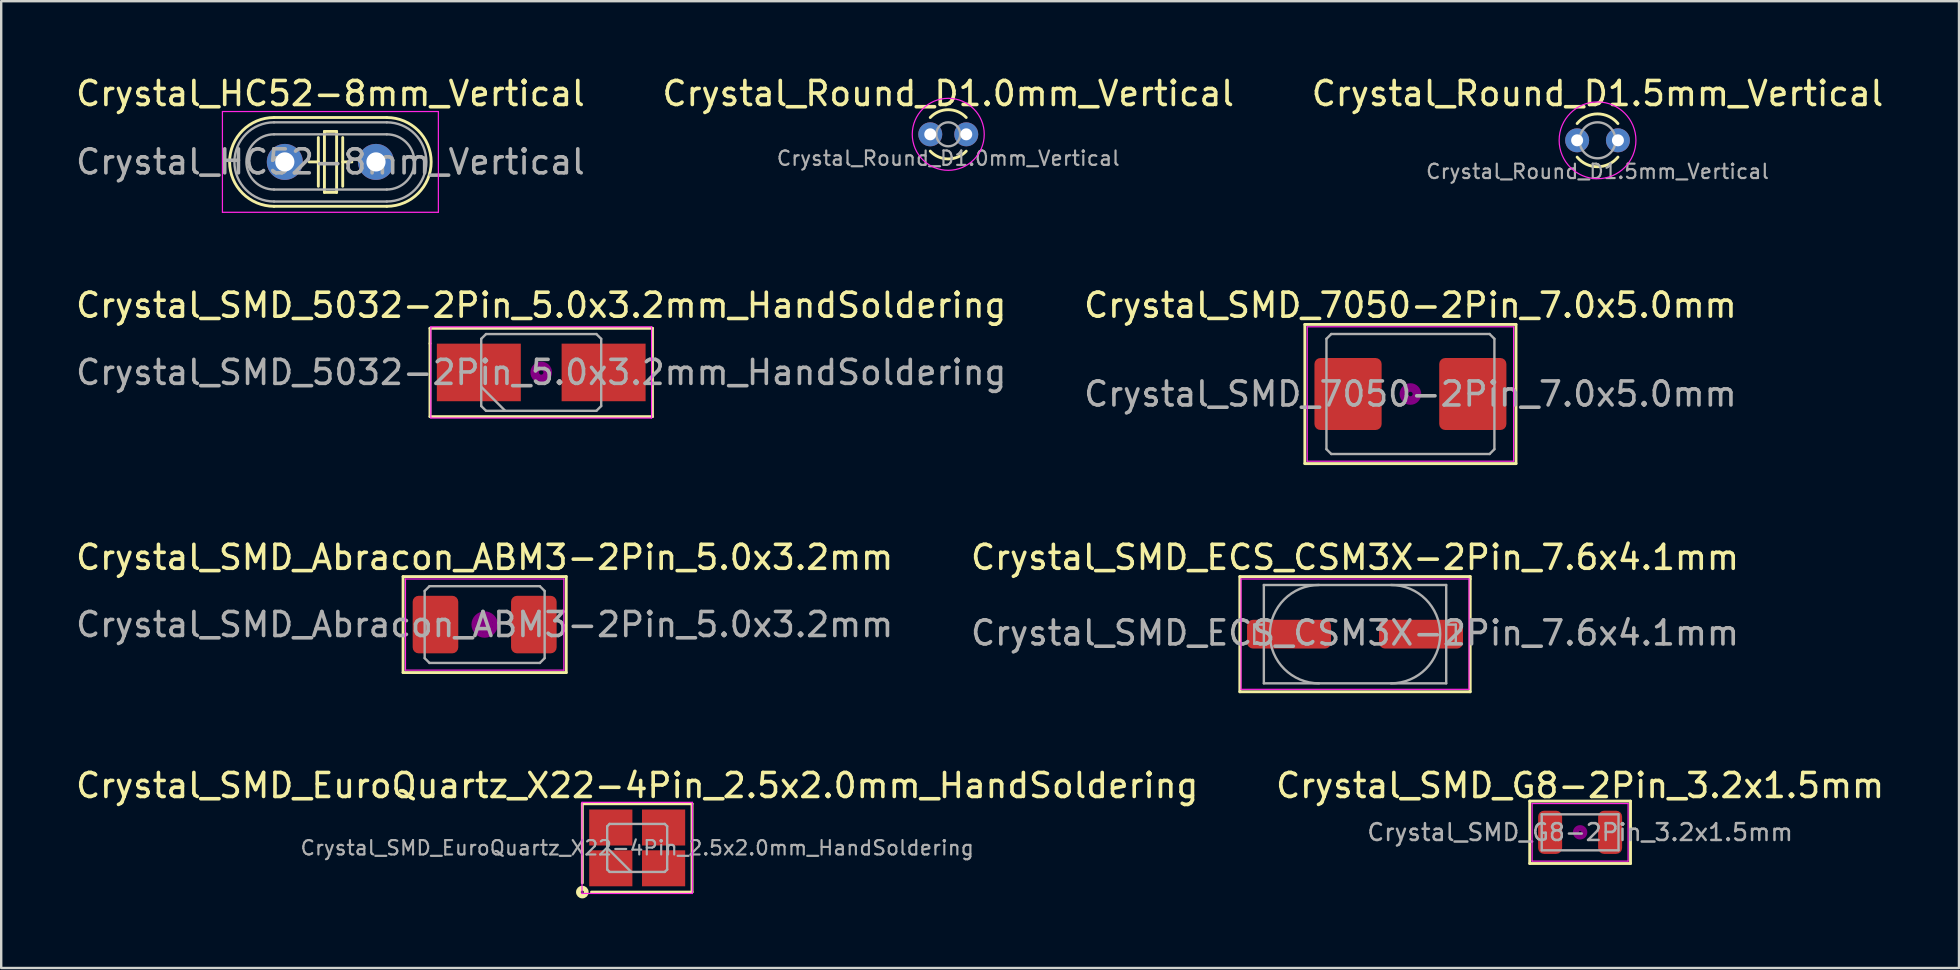
<source format=kicad_pcb>
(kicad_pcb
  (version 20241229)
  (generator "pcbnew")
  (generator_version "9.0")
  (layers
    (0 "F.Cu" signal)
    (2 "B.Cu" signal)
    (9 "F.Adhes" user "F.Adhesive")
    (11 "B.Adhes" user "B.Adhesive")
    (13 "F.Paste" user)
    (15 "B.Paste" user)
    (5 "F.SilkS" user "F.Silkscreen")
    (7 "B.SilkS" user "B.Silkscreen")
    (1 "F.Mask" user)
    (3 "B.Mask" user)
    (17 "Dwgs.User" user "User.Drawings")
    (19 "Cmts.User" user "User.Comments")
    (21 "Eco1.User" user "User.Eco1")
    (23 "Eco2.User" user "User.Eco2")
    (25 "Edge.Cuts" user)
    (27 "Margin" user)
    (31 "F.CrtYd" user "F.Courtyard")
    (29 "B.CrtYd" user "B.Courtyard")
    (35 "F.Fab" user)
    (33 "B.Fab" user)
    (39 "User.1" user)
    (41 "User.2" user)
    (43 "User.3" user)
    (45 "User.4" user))
  (footprint "Crystal_SMD_ECS_CSM3X-2Pin_7.6x4.1mm"
    (layer "F.Cu")
    (at 53.423 23.38)
    (property "Reference" "Crystal_SMD_ECS_CSM3X-2Pin_7.6x4.1mm" (at 0 -3.2 0) (layer "F.SilkS") (effects (font (size 1 1) (thickness 0.15))))
    (attr smd)
    (fp_line (start -4.8 -2.4) (end -4.8 2.4) (stroke (width 0.12) (type solid)) (layer "F.SilkS"))
    (fp_line (start -4.8 2.4) (end 4.8 2.4) (stroke (width 0.12) (type solid)) (layer "F.SilkS"))
    (fp_line (start 4.8 -2.4) (end -4.8 -2.4) (stroke (width 0.12) (type solid)) (layer "F.SilkS"))
    (fp_line (start 4.8 -2.3) (end 4.8 -2.4) (stroke (width 0.12) (type solid)) (layer "F.SilkS"))
    (fp_line (start 4.8 2.4) (end 4.8 -2.3) (stroke (width 0.12) (type solid)) (layer "F.SilkS"))
    (fp_line (start -4.75 -2.3) (end -4.75 2.3) (stroke (width 0.05) (type solid)) (layer "F.CrtYd"))
    (fp_line (start -4.75 -2.3) (end 4.75 -2.3) (stroke (width 0.05) (type solid)) (layer "F.CrtYd"))
    (fp_line (start -4.75 2.3) (end 4.75 2.3) (stroke (width 0.05) (type solid)) (layer "F.CrtYd"))
    (fp_line (start 4.75 -2.3) (end 4.75 2.3) (stroke (width 0.05) (type solid)) (layer "F.CrtYd"))
    (fp_line (start -4.2 -0.4) (end -4.2 0.4) (stroke (width 0.1) (type solid)) (layer "F.Fab"))
    (fp_line (start -4.2 0.4) (end -3.8 0.4) (stroke (width 0.1) (type solid)) (layer "F.Fab"))
    (fp_line (start -3.8 -2.05) (end 3.8 -2.05) (stroke (width 0.1) (type solid)) (layer "F.Fab"))
    (fp_line (start -3.8 -0.4) (end -4.2 -0.4) (stroke (width 0.1) (type solid)) (layer "F.Fab"))
    (fp_line (start -3.8 2.05) (end -3.8 -2.05) (stroke (width 0.1) (type solid)) (layer "F.Fab"))
    (fp_line (start 3.8 -2.05) (end 3.8 2.05) (stroke (width 0.1) (type solid)) (layer "F.Fab"))
    (fp_line (start 3.8 0.4) (end 4.2 0.4) (stroke (width 0.1) (type solid)) (layer "F.Fab"))
    (fp_line (start 3.8 2.05) (end -3.8 2.05) (stroke (width 0.1) (type solid)) (layer "F.Fab"))
    (fp_line (start 4.2 -0.4) (end 3.8 -0.4) (stroke (width 0.1) (type solid)) (layer "F.Fab"))
    (fp_line (start 4.2 0.4) (end 4.2 -0.4) (stroke (width 0.1) (type solid)) (layer "F.Fab"))
    (fp_arc (start -1.5 2.05) (mid -3.55 0) (end -1.5 -2.05) (stroke (width 0.1) (type solid)) (layer "F.Fab"))
    (fp_arc (start 1.5 -2.05) (mid 3.55 0) (end 1.5 2.05) (stroke (width 0.1) (type solid)) (layer "F.Fab"))
    (fp_text user "${REFERENCE}" (at 0 -0.05 0) (layer "F.Fab") (effects (font (size 1 1) (thickness 0.15))))
    (pad "1" smd roundrect (at -2.75 0) (size 3.5 1.2) (layers "F.Cu" "F.Mask" "F.Paste") (roundrect_rratio 0.208))
    (pad "2" smd roundrect (at 2.75 0) (size 3.5 1.2) (layers "F.Cu" "F.Mask" "F.Paste") (roundrect_rratio 0.208)))
  (footprint "Crystal_SMD_Abracon_ABM3-2Pin_5.0x3.2mm"
    (layer "F.Cu")
    (at 17.149 22.98)
    (property "Reference" "Crystal_SMD_Abracon_ABM3-2Pin_5.0x3.2mm" (at 0 -2.8 0) (layer "F.SilkS") (effects (font (size 1 1) (thickness 0.15))))
    (attr smd)
    (fp_line (start -3.4 -2) (end -3.4 2) (stroke (width 0.12) (type solid)) (layer "F.SilkS"))
    (fp_line (start -3.4 2) (end 3.4 2) (stroke (width 0.12) (type solid)) (layer "F.SilkS"))
    (fp_line (start 3.4 -2) (end -3.4 -2) (stroke (width 0.12) (type solid)) (layer "F.SilkS"))
    (fp_line (start 3.4 2) (end 3.4 -2) (stroke (width 0.12) (type solid)) (layer "F.SilkS"))
    (fp_circle (center 0 0) (end 0.117 0) (stroke (width 0.233) (type solid)) (fill no) (layer "F.Adhes"))
    (fp_circle (center 0 0) (end 0.267 0) (stroke (width 0.167) (type solid)) (fill no) (layer "F.Adhes"))
    (fp_circle (center 0 0) (end 0.417 0) (stroke (width 0.167) (type solid)) (fill no) (layer "F.Adhes"))
    (fp_circle (center 0 0) (end 0.5 0) (stroke (width 0.1) (type solid)) (fill no) (layer "F.Adhes"))
    (fp_line (start -3.3 -1.9) (end -3.3 1.9) (stroke (width 0.05) (type solid)) (layer "F.CrtYd"))
    (fp_line (start -3.3 1.9) (end 3.3 1.9) (stroke (width 0.05) (type solid)) (layer "F.CrtYd"))
    (fp_line (start 3.3 -1.9) (end -3.3 -1.9) (stroke (width 0.05) (type solid)) (layer "F.CrtYd"))
    (fp_line (start 3.3 1.9) (end 3.3 -1.9) (stroke (width 0.05) (type solid)) (layer "F.CrtYd"))
    (fp_line (start -2.5 -1.4) (end -2.3 -1.6) (stroke (width 0.1) (type solid)) (layer "F.Fab"))
    (fp_line (start -2.5 1.4) (end -2.5 -1.4) (stroke (width 0.1) (type solid)) (layer "F.Fab"))
    (fp_line (start -2.3 -1.6) (end 2.3 -1.6) (stroke (width 0.1) (type solid)) (layer "F.Fab"))
    (fp_line (start -2.3 1.6) (end -2.5 1.4) (stroke (width 0.1) (type solid)) (layer "F.Fab"))
    (fp_line (start 2.3 -1.6) (end 2.5 -1.4) (stroke (width 0.1) (type solid)) (layer "F.Fab"))
    (fp_line (start 2.3 1.6) (end -2.3 1.6) (stroke (width 0.1) (type solid)) (layer "F.Fab"))
    (fp_line (start 2.5 -1.4) (end 2.5 1.4) (stroke (width 0.1) (type solid)) (layer "F.Fab"))
    (fp_line (start 2.5 1.4) (end 2.3 1.6) (stroke (width 0.1) (type solid)) (layer "F.Fab"))
    (fp_text user "${REFERENCE}" (at 0 0 0) (layer "F.Fab") (effects (font (size 1 1) (thickness 0.15))))
    (pad "1" smd roundrect (at -2.05 0) (size 1.9 2.4) (layers "F.Cu" "F.Mask" "F.Paste") (roundrect_rratio 0.132))
    (pad "2" smd roundrect (at 2.05 0) (size 1.9 2.4) (layers "F.Cu" "F.Mask" "F.Paste") (roundrect_rratio 0.132)))
  (footprint "Crystal_Round_D1.0mm_Vertical"
    (layer "F.Cu")
    (at 35.72 2.548)
    (property "Reference" "Crystal_Round_D1.0mm_Vertical" (at 0.75 -1.7 0) (layer "F.SilkS") (effects (font (size 1 1) (thickness 0.15))))
    (attr through_hole)
    (fp_arc (start 0 -0.7) (mid 0.749553 -1.025914) (end 1.49939 -0.700653) (stroke (width 0.12) (type solid)) (layer "F.SilkS"))
    (fp_arc (start 1.49939 0.700653) (mid 0.749553 1.025914) (end 0 0.7) (stroke (width 0.12) (type solid)) (layer "F.SilkS"))
    (fp_circle (center 0.75 0) (end 2.25 0) (stroke (width 0.05) (type solid)) (fill no) (layer "F.CrtYd"))
    (fp_circle (center 0.75 0) (end 1.25 0) (stroke (width 0.1) (type solid)) (fill no) (layer "F.Fab"))
    (fp_text user "${REFERENCE}" (at 0.75 1 0) (layer "F.Fab") (effects (font (size 0.6 0.6) (thickness 0.09))))
    (pad "1" thru_hole circle (at 0 0) (size 1 1) (drill 0.5) (layers "*.Cu" "*.Mask"))
    (pad "2" thru_hole circle (at 1.5 0) (size 1 1) (drill 0.5) (layers "*.Cu" "*.Mask")))
  (footprint "Crystal_Round_D1.5mm_Vertical"
    (layer "F.Cu")
    (at 62.68 2.798)
    (property "Reference" "Crystal_Round_D1.5mm_Vertical" (at 0.85 -1.95 0) (layer "F.SilkS") (effects (font (size 1 1) (thickness 0.15))))
    (attr through_hole)
    (fp_arc (start 0 -0.7) (mid 0.850432 -1.101136) (end 1.700549 -0.699333) (stroke (width 0.12) (type solid)) (layer "F.SilkS"))
    (fp_arc (start 1.700549 0.699333) (mid 0.850432 1.101136) (end 0 0.7) (stroke (width 0.12) (type solid)) (layer "F.SilkS"))
    (fp_circle (center 0.85 0) (end 2.45 0) (stroke (width 0.05) (type solid)) (fill no) (layer "F.CrtYd"))
    (fp_circle (center 0.85 0) (end 1.6 0) (stroke (width 0.1) (type solid)) (fill no) (layer "F.Fab"))
    (fp_text user "${REFERENCE}" (at 0.85 1.3 0) (layer "F.Fab") (effects (font (size 0.6 0.6) (thickness 0.09))))
    (pad "1" thru_hole circle (at 0 0) (size 1 1) (drill 0.5) (layers "*.Cu" "*.Mask"))
    (pad "2" thru_hole circle (at 1.7 0) (size 1 1) (drill 0.5) (layers "*.Cu" "*.Mask")))
  (footprint "Crystal_HC52-8mm_Vertical"
    (layer "F.Cu")
    (at 8.82 3.698)
    (property "Reference" "Crystal_HC52-8mm_Vertical" (at 1.9 -2.85 0) (layer "F.SilkS") (effects (font (size 1 1) (thickness 0.15))))
    (attr through_hole)
    (fp_line (start -0.45 -1.85) (end 4.25 -1.85) (stroke (width 0.12) (type solid)) (layer "F.SilkS"))
    (fp_line (start -0.45 1.85) (end 4.25 1.85) (stroke (width 0.12) (type solid)) (layer "F.SilkS"))
    (fp_line (start 1.016 0) (end 1.397 0) (stroke (width 0.12) (type solid)) (layer "F.SilkS"))
    (fp_line (start 1.397 0) (end 1.397 -1.016) (stroke (width 0.12) (type solid)) (layer "F.SilkS"))
    (fp_line (start 1.397 0) (end 1.397 1.016) (stroke (width 0.12) (type solid)) (layer "F.SilkS"))
    (fp_line (start 1.651 -1.27) (end 1.651 1.27) (stroke (width 0.12) (type solid)) (layer "F.SilkS"))
    (fp_line (start 1.651 1.27) (end 2.159 1.27) (stroke (width 0.12) (type solid)) (layer "F.SilkS"))
    (fp_line (start 2.159 -1.27) (end 1.651 -1.27) (stroke (width 0.12) (type solid)) (layer "F.SilkS"))
    (fp_line (start 2.159 1.27) (end 2.159 -1.27) (stroke (width 0.12) (type solid)) (layer "F.SilkS"))
    (fp_line (start 2.413 -1.016) (end 2.413 1.016) (stroke (width 0.12) (type solid)) (layer "F.SilkS"))
    (fp_line (start 2.413 0) (end 2.794 0) (stroke (width 0.12) (type solid)) (layer "F.SilkS"))
    (fp_arc (start -0.45 1.85) (mid -2.3 0) (end -0.45 -1.85) (stroke (width 0.12) (type solid)) (layer "F.SilkS"))
    (fp_arc (start 4.25 -1.85) (mid 6.1 0) (end 4.25 1.85) (stroke (width 0.12) (type solid)) (layer "F.SilkS"))
    (fp_line (start -2.6 -2.1) (end -2.6 2.1) (stroke (width 0.05) (type solid)) (layer "F.CrtYd"))
    (fp_line (start -2.6 2.1) (end 6.4 2.1) (stroke (width 0.05) (type solid)) (layer "F.CrtYd"))
    (fp_line (start 6.4 -2.1) (end -2.6 -2.1) (stroke (width 0.05) (type solid)) (layer "F.CrtYd"))
    (fp_line (start 6.4 2.1) (end 6.4 -2.1) (stroke (width 0.05) (type solid)) (layer "F.CrtYd"))
    (fp_line (start -0.45 -1.65) (end 4.25 -1.65) (stroke (width 0.1) (type solid)) (layer "F.Fab"))
    (fp_line (start -0.45 -1.15) (end 4.25 -1.15) (stroke (width 0.1) (type solid)) (layer "F.Fab"))
    (fp_line (start -0.45 1.15) (end 4.25 1.15) (stroke (width 0.1) (type solid)) (layer "F.Fab"))
    (fp_line (start -0.45 1.65) (end 4.25 1.65) (stroke (width 0.1) (type solid)) (layer "F.Fab"))
    (fp_arc (start -0.45 1.15) (mid -1.6 0) (end -0.45 -1.15) (stroke (width 0.1) (type solid)) (layer "F.Fab"))
    (fp_arc (start -0.45 1.65) (mid -2.1 0) (end -0.45 -1.65) (stroke (width 0.1) (type solid)) (layer "F.Fab"))
    (fp_arc (start 4.25 -1.65) (mid 5.9 0) (end 4.25 1.65) (stroke (width 0.1) (type solid)) (layer "F.Fab"))
    (fp_arc (start 4.25 -1.15) (mid 5.4 0) (end 4.25 1.15) (stroke (width 0.1) (type solid)) (layer "F.Fab"))
    (fp_text user "${REFERENCE}" (at 1.9 0 0) (layer "F.Fab") (effects (font (size 1 1) (thickness 0.15))))
    (pad "1" thru_hole circle (at 0 0) (size 1.5 1.5) (drill 0.8) (layers "*.Cu" "*.Mask"))
    (pad "2" thru_hole circle (at 3.8 0) (size 1.5 1.5) (drill 0.8) (layers "*.Cu" "*.Mask")))
  (footprint "Crystal_SMD_5032-2Pin_5.0x3.2mm_HandSoldering"
    (layer "F.Cu")
    (at 19.506 12.472)
    (property "Reference" "Crystal_SMD_5032-2Pin_5.0x3.2mm_HandSoldering" (at 0 -2.8 0) (layer "F.SilkS") (effects (font (size 1 1) (thickness 0.15))))
    (attr smd)
    (fp_line (start -4.636 -1.841) (end -4.636 -1.206) (stroke (width 0.12) (type solid)) (layer "F.SilkS"))
    (fp_line (start -4.636 -1.206) (end -4.636 1.841) (stroke (width 0.12) (type solid)) (layer "F.SilkS"))
    (fp_line (start -4.636 1.841) (end 4.636 1.841) (stroke (width 0.12) (type solid)) (layer "F.SilkS"))
    (fp_line (start 4.636 -1.841) (end -4.636 -1.841) (stroke (width 0.12) (type solid)) (layer "F.SilkS"))
    (fp_line (start 4.636 1.841) (end 4.636 -1.841) (stroke (width 0.12) (type solid)) (layer "F.SilkS"))
    (fp_circle (center 0 0) (end 0.093 0) (stroke (width 0.187) (type solid)) (fill no) (layer "F.Adhes"))
    (fp_circle (center 0 0) (end 0.213 0) (stroke (width 0.133) (type solid)) (fill no) (layer "F.Adhes"))
    (fp_circle (center 0 0) (end 0.333 0) (stroke (width 0.133) (type solid)) (fill no) (layer "F.Adhes"))
    (fp_circle (center 0 0) (end 0.4 0) (stroke (width 0.1) (type solid)) (fill no) (layer "F.Adhes"))
    (fp_line (start -4.6 -1.9) (end -4.6 1.9) (stroke (width 0.05) (type solid)) (layer "F.CrtYd"))
    (fp_line (start -4.6 1.9) (end 4.6 1.9) (stroke (width 0.05) (type solid)) (layer "F.CrtYd"))
    (fp_line (start 4.6 -1.9) (end -4.6 -1.9) (stroke (width 0.05) (type solid)) (layer "F.CrtYd"))
    (fp_line (start 4.6 1.9) (end 4.6 -1.9) (stroke (width 0.05) (type solid)) (layer "F.CrtYd"))
    (fp_line (start -2.5 -1.4) (end -2.3 -1.6) (stroke (width 0.1) (type solid)) (layer "F.Fab"))
    (fp_line (start -2.5 0.6) (end -1.5 1.6) (stroke (width 0.1) (type solid)) (layer "F.Fab"))
    (fp_line (start -2.5 1.4) (end -2.5 -1.4) (stroke (width 0.1) (type solid)) (layer "F.Fab"))
    (fp_line (start -2.3 -1.6) (end 2.3 -1.6) (stroke (width 0.1) (type solid)) (layer "F.Fab"))
    (fp_line (start -2.3 1.6) (end -2.5 1.4) (stroke (width 0.1) (type solid)) (layer "F.Fab"))
    (fp_line (start 2.3 -1.6) (end 2.5 -1.4) (stroke (width 0.1) (type solid)) (layer "F.Fab"))
    (fp_line (start 2.3 1.6) (end -2.3 1.6) (stroke (width 0.1) (type solid)) (layer "F.Fab"))
    (fp_line (start 2.5 -1.4) (end 2.5 1.4) (stroke (width 0.1) (type solid)) (layer "F.Fab"))
    (fp_line (start 2.5 1.4) (end 2.3 1.6) (stroke (width 0.1) (type solid)) (layer "F.Fab"))
    (fp_text user "${REFERENCE}" (at 0 0 0) (layer "F.Fab") (effects (font (size 1 1) (thickness 0.15))))
    (pad "1" smd rect (at -2.6 0) (size 3.5 2.4) (layers "F.Cu" "F.Mask" "F.Paste"))
    (pad "2" smd rect (at 2.6 0) (size 3.5 2.4) (layers "F.Cu" "F.Mask" "F.Paste")))
  (footprint "Crystal_SMD_EuroQuartz_X22-4Pin_2.5x2.0mm_HandSoldering"
    (layer "F.Cu")
    (at 23.506 32.288)
    (property "Reference" "Crystal_SMD_EuroQuartz_X22-4Pin_2.5x2.0mm_HandSoldering" (at 0 -2.6 0) (layer "F.SilkS") (effects (font (size 1 1) (thickness 0.15))))
    (attr smd)
    (fp_line (start -2.286 -1.841) (end -2.286 1.46) (stroke (width 0.12) (type solid)) (layer "F.SilkS"))
    (fp_line (start -1.905 1.841) (end 2.286 1.841) (stroke (width 0.12) (type solid)) (layer "F.SilkS"))
    (fp_line (start 2.286 -1.841) (end -2.286 -1.841) (stroke (width 0.12) (type solid)) (layer "F.SilkS"))
    (fp_line (start 2.286 1.841) (end 2.286 -1.841) (stroke (width 0.12) (type solid)) (layer "F.SilkS"))
    (fp_circle (center -2.286 1.841) (end -2.223 1.841) (stroke (width 0.2) (type solid)) (fill no) (layer "F.SilkS"))
    (fp_line (start -2.3 -1.9) (end -2.3 1.9) (stroke (width 0.05) (type solid)) (layer "F.CrtYd"))
    (fp_line (start -2.3 1.9) (end 2.3 1.9) (stroke (width 0.05) (type solid)) (layer "F.CrtYd"))
    (fp_line (start 2.3 -1.9) (end -2.3 -1.9) (stroke (width 0.05) (type solid)) (layer "F.CrtYd"))
    (fp_line (start 2.3 1.9) (end 2.3 -1.9) (stroke (width 0.05) (type solid)) (layer "F.CrtYd"))
    (fp_line (start -1.25 -0.9) (end -1.15 -1) (stroke (width 0.1) (type solid)) (layer "F.Fab"))
    (fp_line (start -1.25 0) (end -0.25 1) (stroke (width 0.1) (type solid)) (layer "F.Fab"))
    (fp_line (start -1.25 0.9) (end -1.25 -0.9) (stroke (width 0.1) (type solid)) (layer "F.Fab"))
    (fp_line (start -1.15 -1) (end 1.15 -1) (stroke (width 0.1) (type solid)) (layer "F.Fab"))
    (fp_line (start -1.15 1) (end -1.25 0.9) (stroke (width 0.1) (type solid)) (layer "F.Fab"))
    (fp_line (start 1.15 -1) (end 1.25 -0.9) (stroke (width 0.1) (type solid)) (layer "F.Fab"))
    (fp_line (start 1.15 1) (end -1.15 1) (stroke (width 0.1) (type solid)) (layer "F.Fab"))
    (fp_line (start 1.25 -0.9) (end 1.25 0.9) (stroke (width 0.1) (type solid)) (layer "F.Fab"))
    (fp_line (start 1.25 0.9) (end 1.15 1) (stroke (width 0.1) (type solid)) (layer "F.Fab"))
    (fp_text user "${REFERENCE}" (at 0 0 0) (layer "F.Fab") (effects (font (size 0.6 0.6) (thickness 0.09))))
    (pad "1" smd rect (at -1.1 0.85) (size 1.8 1.5) (layers "F.Cu" "F.Mask" "F.Paste"))
    (pad "2" smd rect (at 1.1 0.85) (size 1.8 1.5) (layers "F.Cu" "F.Mask" "F.Paste"))
    (pad "3" smd rect (at 1.1 -0.85) (size 1.8 1.5) (layers "F.Cu" "F.Mask" "F.Paste"))
    (pad "4" smd rect (at -1.1 -0.85) (size 1.8 1.5) (layers "F.Cu" "F.Mask" "F.Paste")))
  (footprint "Crystal_SMD_7050-2Pin_7.0x5.0mm"
    (layer "F.Cu")
    (at 55.732 13.371)
    (property "Reference" "Crystal_SMD_7050-2Pin_7.0x5.0mm" (at 0 -3.7 0) (layer "F.SilkS") (effects (font (size 1 1) (thickness 0.15))))
    (attr smd)
    (fp_line (start -4.4 -2.9) (end -4.4 2.9) (stroke (width 0.12) (type solid)) (layer "F.SilkS"))
    (fp_line (start -4.4 2.9) (end 4.4 2.9) (stroke (width 0.12) (type solid)) (layer "F.SilkS"))
    (fp_line (start 4.4 -2.9) (end -4.4 -2.9) (stroke (width 0.12) (type solid)) (layer "F.SilkS"))
    (fp_line (start 4.4 2.9) (end 4.4 -2.9) (stroke (width 0.12) (type solid)) (layer "F.SilkS"))
    (fp_circle (center 0 0) (end 0.093 0) (stroke (width 0.187) (type solid)) (fill no) (layer "F.Adhes"))
    (fp_circle (center 0 0) (end 0.213 0) (stroke (width 0.133) (type solid)) (fill no) (layer "F.Adhes"))
    (fp_circle (center 0 0) (end 0.333 0) (stroke (width 0.133) (type solid)) (fill no) (layer "F.Adhes"))
    (fp_circle (center 0 0) (end 0.4 0) (stroke (width 0.1) (type solid)) (fill no) (layer "F.Adhes"))
    (fp_line (start -4.3 -2.8) (end -4.3 2.8) (stroke (width 0.05) (type solid)) (layer "F.CrtYd"))
    (fp_line (start -4.3 2.8) (end 4.3 2.8) (stroke (width 0.05) (type solid)) (layer "F.CrtYd"))
    (fp_line (start 4.3 -2.8) (end -4.3 -2.8) (stroke (width 0.05) (type solid)) (layer "F.CrtYd"))
    (fp_line (start 4.3 2.8) (end 4.3 -2.8) (stroke (width 0.05) (type solid)) (layer "F.CrtYd"))
    (fp_line (start -3.5 -2.3) (end -3.3 -2.5) (stroke (width 0.1) (type solid)) (layer "F.Fab"))
    (fp_line (start -3.5 2.3) (end -3.5 -2.3) (stroke (width 0.1) (type solid)) (layer "F.Fab"))
    (fp_line (start -3.3 -2.5) (end 3.3 -2.5) (stroke (width 0.1) (type solid)) (layer "F.Fab"))
    (fp_line (start -3.3 2.5) (end -3.5 2.3) (stroke (width 0.1) (type solid)) (layer "F.Fab"))
    (fp_line (start 3.3 -2.5) (end 3.5 -2.3) (stroke (width 0.1) (type solid)) (layer "F.Fab"))
    (fp_line (start 3.3 2.5) (end -3.3 2.5) (stroke (width 0.1) (type solid)) (layer "F.Fab"))
    (fp_line (start 3.5 -2.3) (end 3.5 2.3) (stroke (width 0.1) (type solid)) (layer "F.Fab"))
    (fp_line (start 3.5 2.3) (end 3.3 2.5) (stroke (width 0.1) (type solid)) (layer "F.Fab"))
    (fp_text user "${REFERENCE}" (at 0 0 0) (layer "F.Fab") (effects (font (size 1 1) (thickness 0.15))))
    (pad "1" smd roundrect (at -2.6 0) (size 2.8 3) (layers "F.Cu" "F.Mask" "F.Paste") (roundrect_rratio 0.089))
    (pad "2" smd roundrect (at 2.6 0) (size 2.8 3) (layers "F.Cu" "F.Mask" "F.Paste") (roundrect_rratio 0.089)))
  (footprint "Crystal_SMD_G8-2Pin_3.2x1.5mm"
    (layer "F.Cu")
    (at 62.804 31.638)
    (property "Reference" "Crystal_SMD_G8-2Pin_3.2x1.5mm" (at 0 -1.95 0) (layer "F.SilkS") (effects (font (size 1 1) (thickness 0.15))))
    (attr smd)
    (fp_line (start -2.1 -1.3) (end -2.1 1.3) (stroke (width 0.12) (type solid)) (layer "F.SilkS"))
    (fp_line (start -2.1 1.3) (end 2.1 1.3) (stroke (width 0.12) (type solid)) (layer "F.SilkS"))
    (fp_line (start 2.1 -1.3) (end -2.1 -1.3) (stroke (width 0.12) (type solid)) (layer "F.SilkS"))
    (fp_line (start 2.1 1.3) (end 2.1 -1.3) (stroke (width 0.12) (type solid)) (layer "F.SilkS"))
    (fp_circle (center 0 0) (end 0.058 0) (stroke (width 0.117) (type solid)) (fill no) (layer "F.Adhes"))
    (fp_circle (center 0 0) (end 0.133 0) (stroke (width 0.083) (type solid)) (fill no) (layer "F.Adhes"))
    (fp_circle (center 0 0) (end 0.208 0) (stroke (width 0.083) (type solid)) (fill no) (layer "F.Adhes"))
    (fp_circle (center 0 0) (end 0.25 0) (stroke (width 0.1) (type solid)) (fill no) (layer "F.Adhes"))
    (fp_line (start -2 -1.2) (end -2 1.2) (stroke (width 0.05) (type solid)) (layer "F.CrtYd"))
    (fp_line (start -2 1.2) (end 2 1.2) (stroke (width 0.05) (type solid)) (layer "F.CrtYd"))
    (fp_line (start 2 -1.2) (end -2 -1.2) (stroke (width 0.05) (type solid)) (layer "F.CrtYd"))
    (fp_line (start 2 1.2) (end 2 -1.2) (stroke (width 0.05) (type solid)) (layer "F.CrtYd"))
    (fp_line (start -1.6 -0.75) (end -1.6 0.75) (stroke (width 0.1) (type solid)) (layer "F.Fab"))
    (fp_line (start -1.6 0.75) (end 1.6 0.75) (stroke (width 0.1) (type solid)) (layer "F.Fab"))
    (fp_line (start 1.6 -0.75) (end -1.6 -0.75) (stroke (width 0.1) (type solid)) (layer "F.Fab"))
    (fp_line (start 1.6 0.75) (end 1.6 -0.75) (stroke (width 0.1) (type solid)) (layer "F.Fab"))
    (fp_text user "${REFERENCE}" (at 0 0 0) (layer "F.Fab") (effects (font (size 0.7 0.7) (thickness 0.105))))
    (pad "1" smd roundrect (at -1.25 0) (size 1 1.8) (layers "F.Cu" "F.Mask" "F.Paste") (roundrect_rratio 0.25))
    (pad "2" smd roundrect (at 1.25 0) (size 1 1.8) (layers "F.Cu" "F.Mask" "F.Paste") (roundrect_rratio 0.25)))
  (gr_rect
    (start -3 -3)
    (end 78.595 37.293)
    (stroke (width 0.1) (type default))
    (fill no)
    (layer "Edge.Cuts")))
</source>
